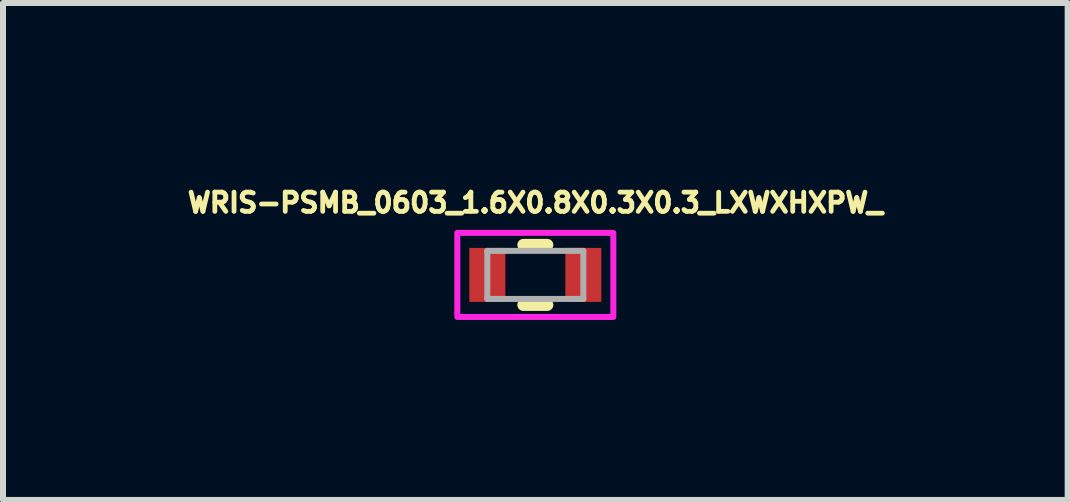
<source format=kicad_pcb>
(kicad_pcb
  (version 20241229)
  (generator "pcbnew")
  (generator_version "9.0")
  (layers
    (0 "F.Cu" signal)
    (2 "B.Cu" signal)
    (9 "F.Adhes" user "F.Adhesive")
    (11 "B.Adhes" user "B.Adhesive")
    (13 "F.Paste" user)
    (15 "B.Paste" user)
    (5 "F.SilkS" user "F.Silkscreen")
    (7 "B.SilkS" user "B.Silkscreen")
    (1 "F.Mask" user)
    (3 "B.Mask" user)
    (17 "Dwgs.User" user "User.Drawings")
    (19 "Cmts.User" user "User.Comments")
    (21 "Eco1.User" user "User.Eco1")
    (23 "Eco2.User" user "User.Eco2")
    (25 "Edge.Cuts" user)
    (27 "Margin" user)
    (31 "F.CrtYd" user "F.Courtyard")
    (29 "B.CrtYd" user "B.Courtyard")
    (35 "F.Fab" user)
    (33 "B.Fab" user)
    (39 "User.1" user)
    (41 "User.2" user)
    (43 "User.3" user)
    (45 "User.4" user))
  (footprint "WRIS-PSMB_0603_1.6X0.8X0.3X0.3_LXWXHXPW_"
    (layer "F.Cu")
    (at 5.871 1.531)
    (property "Reference" "WRIS-PSMB_0603_1.6X0.8X0.3X0.3_LXWXHXPW_" (at 0 -1.203 0) (layer "F.SilkS") (effects (font (size 0.32 0.32) (thickness 0.15))))
    (attr smd)
    (fp_line (start -0.2 -0.5) (end 0.2 -0.5) (stroke (width 0.2) (type solid)) (layer "F.SilkS"))
    (fp_line (start -0.2 0.5) (end 0.2 0.5) (stroke (width 0.2) (type solid)) (layer "F.SilkS"))
    (fp_poly (pts (xy -1.3 -0.7) (xy 1.3 -0.7) (xy 1.3 0.7) (xy -1.3 0.7)) (stroke (width 0.1) (type solid)) (fill no) (layer "F.CrtYd"))
    (fp_line (start -0.8 -0.4) (end 0.8 -0.4) (stroke (width 0.1) (type solid)) (layer "F.Fab"))
    (fp_line (start -0.8 0.4) (end -0.8 -0.4) (stroke (width 0.1) (type solid)) (layer "F.Fab"))
    (fp_line (start 0.8 -0.4) (end 0.8 0.4) (stroke (width 0.1) (type solid)) (layer "F.Fab"))
    (fp_line (start 0.8 0.4) (end -0.8 0.4) (stroke (width 0.1) (type solid)) (layer "F.Fab"))
    (pad "1" smd rect (at -0.8 0) (size 0.6 0.9) (layers "F.Cu" "F.Mask" "F.Paste"))
    (pad "2" smd rect (at 0.8 0) (size 0.6 0.9) (layers "F.Cu" "F.Mask" "F.Paste")))
  (gr_rect
    (start -3 -3)
    (end 14.742 5.281)
    (stroke (width 0.1) (type default))
    (fill no)
    (layer "Edge.Cuts")))
</source>
